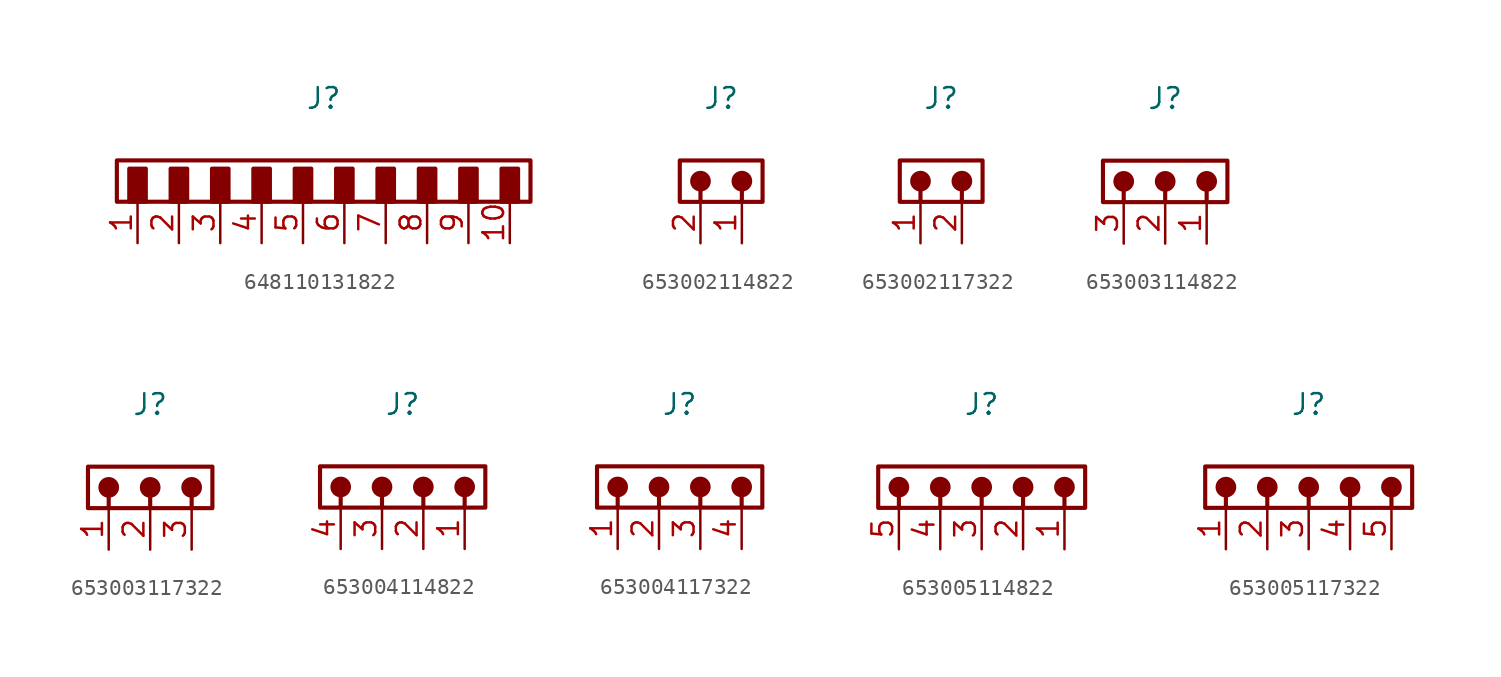
<source format=kicad_sym>
(kicad_symbol_lib
  (version 20241209)
  (generator "kicad_symbol_editor")
  (generator_version "9.0")
  (symbol "648110131822"
    (pin_names
      (hide yes))
    (property "Reference" "J"
      (at 0 5.08 0)
      (effects (font (size 1.27 1.27))))
    (symbol "648110131822_1_1"
      (rectangle (start -12.7 1.27) (end 12.7 -1.27) (stroke (width 0.254) (type solid)) (fill (type none)))
      (rectangle (start -10.922 0.762) (end -11.938 -1.27) (stroke (width 0.254) (type solid)) (fill (type outline)))
      (rectangle (start -8.382 0.762) (end -9.398 -1.27) (stroke (width 0.254) (type solid)) (fill (type outline)))
      (rectangle (start -5.842 0.762) (end -6.858 -1.27) (stroke (width 0.254) (type solid)) (fill (type outline)))
      (rectangle (start -3.302 0.762) (end -4.318 -1.27) (stroke (width 0.254) (type solid)) (fill (type outline)))
      (rectangle (start -0.762 0.762) (end -1.778 -1.27) (stroke (width 0.254) (type solid)) (fill (type outline)))
      (rectangle (start 1.778 0.762) (end 0.762 -1.27) (stroke (width 0.254) (type solid)) (fill (type outline)))
      (rectangle (start 4.318 0.762) (end 3.302 -1.27) (stroke (width 0.254) (type solid)) (fill (type outline)))
      (rectangle (start 6.858 0.762) (end 5.842 -1.27) (stroke (width 0.254) (type solid)) (fill (type outline)))
      (rectangle (start 9.398 0.762) (end 8.382 -1.27) (stroke (width 0.254) (type solid)) (fill (type outline)))
      (rectangle (start 11.938 0.762) (end 10.922 -1.27) (stroke (width 0.254) (type solid)) (fill (type outline)))
      (pin passive line (at -11.43 -3.81 90) (length 2.54) (name "1" (effects (font (size 1.27 1.27)))) (number "1" (effects (font (size 1.27 1.27)))))
      (pin passive line (at -8.89 -3.81 90) (length 2.54) (name "2" (effects (font (size 1.27 1.27)))) (number "2" (effects (font (size 1.27 1.27)))))
      (pin passive line (at -6.35 -3.81 90) (length 2.54) (name "3" (effects (font (size 1.27 1.27)))) (number "3" (effects (font (size 1.27 1.27)))))
      (pin passive line (at -3.81 -3.81 90) (length 2.54) (name "4" (effects (font (size 1.27 1.27)))) (number "4" (effects (font (size 1.27 1.27)))))
      (pin passive line (at -1.27 -3.81 90) (length 2.54) (name "5" (effects (font (size 1.27 1.27)))) (number "5" (effects (font (size 1.27 1.27)))))
      (pin passive line (at 1.27 -3.81 90) (length 2.54) (name "6" (effects (font (size 1.27 1.27)))) (number "6" (effects (font (size 1.27 1.27)))))
      (pin passive line (at 3.81 -3.81 90) (length 2.54) (name "7" (effects (font (size 1.27 1.27)))) (number "7" (effects (font (size 1.27 1.27)))))
      (pin passive line (at 6.35 -3.81 90) (length 2.54) (name "8" (effects (font (size 1.27 1.27)))) (number "8" (effects (font (size 1.27 1.27)))))
      (pin passive line (at 8.89 -3.81 90) (length 2.54) (name "9" (effects (font (size 1.27 1.27)))) (number "9" (effects (font (size 1.27 1.27)))))
      (pin passive line (at 11.43 -3.81 90) (length 2.54) (name "10" (effects (font (size 1.27 1.27)))) (number "10" (effects (font (size 1.27 1.27)))))))
  (symbol "653002114822"
    (pin_names
      (hide yes))
    (property "Reference" "J"
      (at 0 5.08 0)
      (effects (font (size 1.27 1.27))))
    (symbol "653002114822_1_1"
      (circle (center -1.27 0) (radius 0.508) (stroke (width 0.254) (type solid)) (fill (type outline)))
      (polyline (pts (xy -1.27 -0.508) (xy -1.27 -1.27)) (stroke (width 0.254) (type solid)) (fill (type none)))
      (circle (center 1.27 0) (radius 0.508) (stroke (width 0.254) (type solid)) (fill (type outline)))
      (polyline (pts (xy 1.27 -0.508) (xy 1.27 -1.27)) (stroke (width 0.254) (type solid)) (fill (type none)))
      (rectangle (start 2.54 1.27) (end -2.54 -1.27) (stroke (width 0.254) (type solid)) (fill (type none)))
      (pin passive line (at -1.27 -3.81 90) (length 2.54) (name "2" (effects (font (size 1.27 1.27)))) (number "2" (effects (font (size 1.27 1.27)))))
      (pin passive line (at 1.27 -3.81 90) (length 2.54) (name "1" (effects (font (size 1.27 1.27)))) (number "1" (effects (font (size 1.27 1.27)))))))
  (symbol "653002117322"
    (pin_names
      (hide yes))
    (property "Reference" "J"
      (at 0 5.08 0)
      (effects (font (size 1.27 1.27))))
    (symbol "653002117322_1_1"
      (rectangle (start -2.54 1.27) (end 2.54 -1.27) (stroke (width 0.254) (type solid)) (fill (type none)))
      (circle (center -1.27 0) (radius 0.508) (stroke (width 0.254) (type solid)) (fill (type outline)))
      (polyline (pts (xy -1.27 -0.508) (xy -1.27 -1.27)) (stroke (width 0.254) (type solid)) (fill (type none)))
      (circle (center 1.27 0) (radius 0.508) (stroke (width 0.254) (type solid)) (fill (type outline)))
      (polyline (pts (xy 1.27 -0.508) (xy 1.27 -1.27)) (stroke (width 0.254) (type solid)) (fill (type none)))
      (pin passive line (at -1.27 -3.81 90) (length 2.54) (name "1" (effects (font (size 1.27 1.27)))) (number "1" (effects (font (size 1.27 1.27)))))
      (pin passive line (at 1.27 -3.81 90) (length 2.54) (name "2" (effects (font (size 1.27 1.27)))) (number "2" (effects (font (size 1.27 1.27)))))))
  (symbol "653003114822"
    (pin_names
      (hide yes))
    (property "Reference" "J"
      (at 0 5.08 0)
      (effects (font (size 1.27 1.27))))
    (symbol "653003114822_1_1"
      (rectangle (start -3.81 1.27) (end 3.81 -1.27) (stroke (width 0.254) (type solid)) (fill (type none)))
      (circle (center -2.54 0) (radius 0.508) (stroke (width 0.254) (type solid)) (fill (type outline)))
      (polyline (pts (xy -2.54 -0.508) (xy -2.54 -1.27)) (stroke (width 0.254) (type solid)) (fill (type none)))
      (circle (center 0 0) (radius 0.508) (stroke (width 0.254) (type solid)) (fill (type outline)))
      (polyline (pts (xy 0 -0.508) (xy 0 -1.27)) (stroke (width 0.254) (type solid)) (fill (type none)))
      (circle (center 2.54 0) (radius 0.508) (stroke (width 0.254) (type solid)) (fill (type outline)))
      (polyline (pts (xy 2.54 -0.508) (xy 2.54 -1.27)) (stroke (width 0.254) (type solid)) (fill (type none)))
      (pin passive line (at -2.54 -3.81 90) (length 2.54) (name "3" (effects (font (size 1.27 1.27)))) (number "3" (effects (font (size 1.27 1.27)))))
      (pin passive line (at 0 -3.81 90) (length 2.54) (name "2" (effects (font (size 1.27 1.27)))) (number "2" (effects (font (size 1.27 1.27)))))
      (pin passive line (at 2.54 -3.81 90) (length 2.54) (name "1" (effects (font (size 1.27 1.27)))) (number "1" (effects (font (size 1.27 1.27)))))))
  (symbol "653003117322"
    (pin_names
      (hide yes))
    (property "Reference" "J"
      (at 0 5.08 0)
      (effects (font (size 1.27 1.27))))
    (symbol "653003117322_1_1"
      (rectangle (start -3.81 1.27) (end 3.81 -1.27) (stroke (width 0.254) (type solid)) (fill (type none)))
      (circle (center -2.54 0) (radius 0.508) (stroke (width 0.254) (type solid)) (fill (type outline)))
      (polyline (pts (xy -2.54 -0.508) (xy -2.54 -1.27)) (stroke (width 0.254) (type solid)) (fill (type none)))
      (circle (center 0 0) (radius 0.508) (stroke (width 0.254) (type solid)) (fill (type outline)))
      (polyline (pts (xy 0 -0.508) (xy 0 -1.27)) (stroke (width 0.254) (type solid)) (fill (type none)))
      (circle (center 2.54 0) (radius 0.508) (stroke (width 0.254) (type solid)) (fill (type outline)))
      (polyline (pts (xy 2.54 -0.508) (xy 2.54 -1.27)) (stroke (width 0.254) (type solid)) (fill (type none)))
      (pin passive line (at -2.54 -3.81 90) (length 2.54) (name "1" (effects (font (size 1.27 1.27)))) (number "1" (effects (font (size 1.27 1.27)))))
      (pin passive line (at 0 -3.81 90) (length 2.54) (name "2" (effects (font (size 1.27 1.27)))) (number "2" (effects (font (size 1.27 1.27)))))
      (pin passive line (at 2.54 -3.81 90) (length 2.54) (name "3" (effects (font (size 1.27 1.27)))) (number "3" (effects (font (size 1.27 1.27)))))))
  (symbol "653004114822"
    (pin_names
      (hide yes))
    (property "Reference" "J"
      (at 0 5.08 0)
      (effects (font (size 1.27 1.27))))
    (symbol "653004114822_1_1"
      (rectangle (start -5.08 1.27) (end 5.08 -1.27) (stroke (width 0.254) (type solid)) (fill (type none)))
      (circle (center -3.81 0) (radius 0.508) (stroke (width 0.254) (type solid)) (fill (type outline)))
      (polyline (pts (xy -3.81 -0.508) (xy -3.81 -1.27)) (stroke (width 0.254) (type solid)) (fill (type none)))
      (circle (center -1.27 0) (radius 0.508) (stroke (width 0.254) (type solid)) (fill (type outline)))
      (polyline (pts (xy -1.27 -0.508) (xy -1.27 -1.27)) (stroke (width 0.254) (type solid)) (fill (type none)))
      (circle (center 1.27 0) (radius 0.508) (stroke (width 0.254) (type solid)) (fill (type outline)))
      (polyline (pts (xy 1.27 -0.508) (xy 1.27 -1.27)) (stroke (width 0.254) (type solid)) (fill (type none)))
      (circle (center 3.81 0) (radius 0.508) (stroke (width 0.254) (type solid)) (fill (type outline)))
      (polyline (pts (xy 3.81 -0.508) (xy 3.81 -1.27)) (stroke (width 0.254) (type solid)) (fill (type none)))
      (pin passive line (at -3.81 -3.81 90) (length 2.54) (name "4" (effects (font (size 1.27 1.27)))) (number "4" (effects (font (size 1.27 1.27)))))
      (pin passive line (at -1.27 -3.81 90) (length 2.54) (name "3" (effects (font (size 1.27 1.27)))) (number "3" (effects (font (size 1.27 1.27)))))
      (pin passive line (at 1.27 -3.81 90) (length 2.54) (name "2" (effects (font (size 1.27 1.27)))) (number "2" (effects (font (size 1.27 1.27)))))
      (pin passive line (at 3.81 -3.81 90) (length 2.54) (name "1" (effects (font (size 1.27 1.27)))) (number "1" (effects (font (size 1.27 1.27)))))))
  (symbol "653004117322"
    (pin_names
      (hide yes))
    (property "Reference" "J"
      (at 0 5.08 0)
      (effects (font (size 1.27 1.27))))
    (symbol "653004117322_1_1"
      (rectangle (start -5.08 1.27) (end 5.08 -1.27) (stroke (width 0.254) (type solid)) (fill (type none)))
      (circle (center -3.81 0) (radius 0.508) (stroke (width 0.254) (type solid)) (fill (type outline)))
      (polyline (pts (xy -3.81 -0.508) (xy -3.81 -1.27)) (stroke (width 0.254) (type solid)) (fill (type none)))
      (circle (center -1.27 0) (radius 0.508) (stroke (width 0.254) (type solid)) (fill (type outline)))
      (polyline (pts (xy -1.27 -0.508) (xy -1.27 -1.27)) (stroke (width 0.254) (type solid)) (fill (type none)))
      (circle (center 1.27 0) (radius 0.508) (stroke (width 0.254) (type solid)) (fill (type outline)))
      (polyline (pts (xy 1.27 -0.508) (xy 1.27 -1.27)) (stroke (width 0.254) (type solid)) (fill (type none)))
      (circle (center 3.81 0) (radius 0.508) (stroke (width 0.254) (type solid)) (fill (type outline)))
      (polyline (pts (xy 3.81 -0.508) (xy 3.81 -1.27)) (stroke (width 0.254) (type solid)) (fill (type none)))
      (pin passive line (at -3.81 -3.81 90) (length 2.54) (name "1" (effects (font (size 1.27 1.27)))) (number "1" (effects (font (size 1.27 1.27)))))
      (pin passive line (at -1.27 -3.81 90) (length 2.54) (name "2" (effects (font (size 1.27 1.27)))) (number "2" (effects (font (size 1.27 1.27)))))
      (pin passive line (at 1.27 -3.81 90) (length 2.54) (name "3" (effects (font (size 1.27 1.27)))) (number "3" (effects (font (size 1.27 1.27)))))
      (pin passive line (at 3.81 -3.81 90) (length 2.54) (name "4" (effects (font (size 1.27 1.27)))) (number "4" (effects (font (size 1.27 1.27)))))))
  (symbol "653005114822"
    (pin_names
      (hide yes))
    (property "Reference" "J"
      (at 0 5.08 0)
      (effects (font (size 1.27 1.27))))
    (symbol "653005114822_1_1"
      (rectangle (start -6.35 1.27) (end 6.35 -1.27) (stroke (width 0.254) (type solid)) (fill (type none)))
      (circle (center -5.08 0) (radius 0.508) (stroke (width 0.254) (type solid)) (fill (type outline)))
      (polyline (pts (xy -5.08 -0.508) (xy -5.08 -1.27)) (stroke (width 0.254) (type solid)) (fill (type none)))
      (circle (center -2.54 0) (radius 0.508) (stroke (width 0.254) (type solid)) (fill (type outline)))
      (polyline (pts (xy -2.54 -0.508) (xy -2.54 -1.27)) (stroke (width 0.254) (type solid)) (fill (type none)))
      (circle (center 0 0) (radius 0.508) (stroke (width 0.254) (type solid)) (fill (type outline)))
      (polyline (pts (xy 0 -0.508) (xy 0 -1.27)) (stroke (width 0.254) (type solid)) (fill (type none)))
      (circle (center 2.54 0) (radius 0.508) (stroke (width 0.254) (type solid)) (fill (type outline)))
      (polyline (pts (xy 2.54 -0.508) (xy 2.54 -1.27)) (stroke (width 0.254) (type solid)) (fill (type none)))
      (circle (center 5.08 0) (radius 0.508) (stroke (width 0.254) (type solid)) (fill (type outline)))
      (polyline (pts (xy 5.08 -0.508) (xy 5.08 -1.27)) (stroke (width 0.254) (type solid)) (fill (type none)))
      (pin passive line (at -5.08 -3.81 90) (length 2.54) (name "5" (effects (font (size 1.27 1.27)))) (number "5" (effects (font (size 1.27 1.27)))))
      (pin passive line (at -2.54 -3.81 90) (length 2.54) (name "4" (effects (font (size 1.27 1.27)))) (number "4" (effects (font (size 1.27 1.27)))))
      (pin passive line (at 0 -3.81 90) (length 2.54) (name "3" (effects (font (size 1.27 1.27)))) (number "3" (effects (font (size 1.27 1.27)))))
      (pin passive line (at 2.54 -3.81 90) (length 2.54) (name "2" (effects (font (size 1.27 1.27)))) (number "2" (effects (font (size 1.27 1.27)))))
      (pin passive line (at 5.08 -3.81 90) (length 2.54) (name "1" (effects (font (size 1.27 1.27)))) (number "1" (effects (font (size 1.27 1.27)))))))
  (symbol "653005117322"
    (pin_names
      (hide yes))
    (property "Reference" "J"
      (at 0 5.08 0)
      (effects (font (size 1.27 1.27))))
    (symbol "653005117322_1_1"
      (rectangle (start -6.35 1.27) (end 6.35 -1.27) (stroke (width 0.254) (type solid)) (fill (type none)))
      (circle (center -5.08 0) (radius 0.508) (stroke (width 0.254) (type solid)) (fill (type outline)))
      (polyline (pts (xy -5.08 -0.508) (xy -5.08 -1.27)) (stroke (width 0.254) (type solid)) (fill (type none)))
      (circle (center -2.54 0) (radius 0.508) (stroke (width 0.254) (type solid)) (fill (type outline)))
      (polyline (pts (xy -2.54 -0.508) (xy -2.54 -1.27)) (stroke (width 0.254) (type solid)) (fill (type none)))
      (circle (center 0 0) (radius 0.508) (stroke (width 0.254) (type solid)) (fill (type outline)))
      (polyline (pts (xy 0 -0.508) (xy 0 -1.27)) (stroke (width 0.254) (type solid)) (fill (type none)))
      (circle (center 2.54 0) (radius 0.508) (stroke (width 0.254) (type solid)) (fill (type outline)))
      (polyline (pts (xy 2.54 -0.508) (xy 2.54 -1.27)) (stroke (width 0.254) (type solid)) (fill (type none)))
      (circle (center 5.08 0) (radius 0.508) (stroke (width 0.254) (type solid)) (fill (type outline)))
      (polyline (pts (xy 5.08 -0.508) (xy 5.08 -1.27)) (stroke (width 0.254) (type solid)) (fill (type none)))
      (pin passive line (at -5.08 -3.81 90) (length 2.54) (name "1" (effects (font (size 1.27 1.27)))) (number "1" (effects (font (size 1.27 1.27)))))
      (pin passive line (at -2.54 -3.81 90) (length 2.54) (name "2" (effects (font (size 1.27 1.27)))) (number "2" (effects (font (size 1.27 1.27)))))
      (pin passive line (at 0 -3.81 90) (length 2.54) (name "3" (effects (font (size 1.27 1.27)))) (number "3" (effects (font (size 1.27 1.27)))))
      (pin passive line (at 2.54 -3.81 90) (length 2.54) (name "4" (effects (font (size 1.27 1.27)))) (number "4" (effects (font (size 1.27 1.27)))))
      (pin passive line (at 5.08 -3.81 90) (length 2.54) (name "5" (effects (font (size 1.27 1.27)))) (number "5" (effects (font (size 1.27 1.27))))))))
</source>
